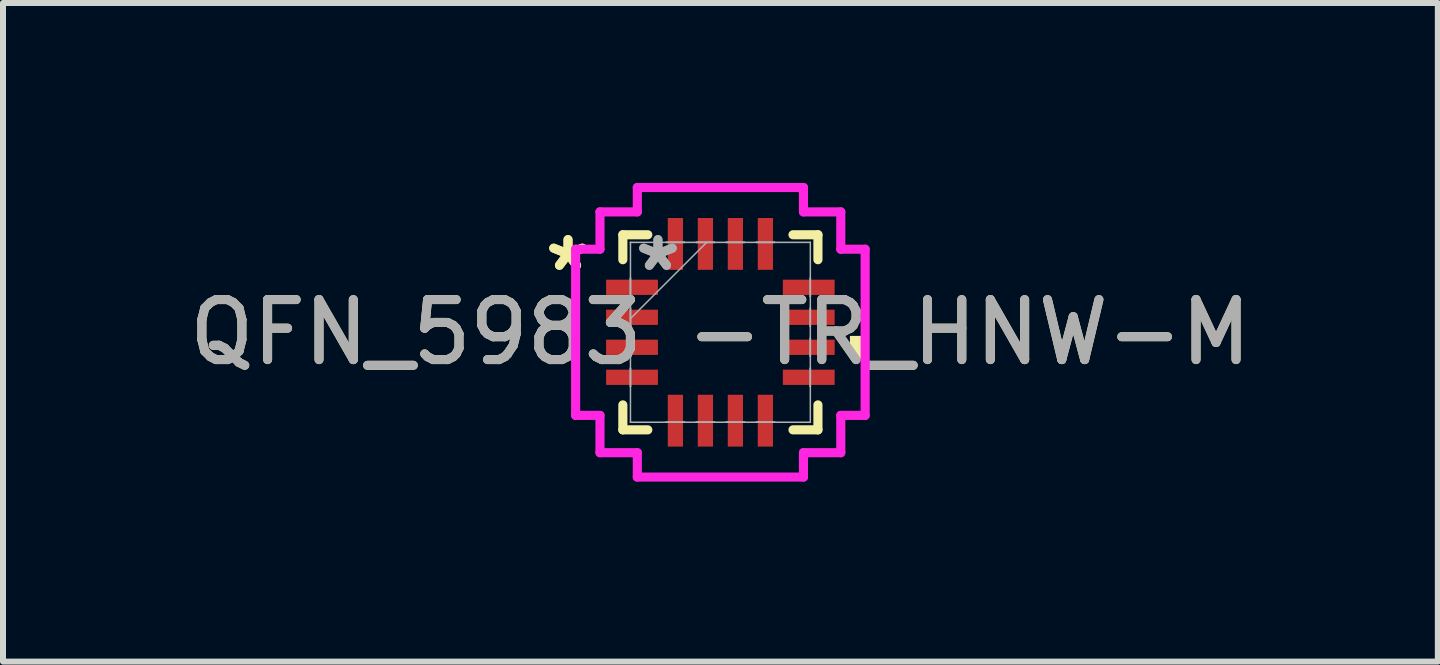
<source format=kicad_pcb>
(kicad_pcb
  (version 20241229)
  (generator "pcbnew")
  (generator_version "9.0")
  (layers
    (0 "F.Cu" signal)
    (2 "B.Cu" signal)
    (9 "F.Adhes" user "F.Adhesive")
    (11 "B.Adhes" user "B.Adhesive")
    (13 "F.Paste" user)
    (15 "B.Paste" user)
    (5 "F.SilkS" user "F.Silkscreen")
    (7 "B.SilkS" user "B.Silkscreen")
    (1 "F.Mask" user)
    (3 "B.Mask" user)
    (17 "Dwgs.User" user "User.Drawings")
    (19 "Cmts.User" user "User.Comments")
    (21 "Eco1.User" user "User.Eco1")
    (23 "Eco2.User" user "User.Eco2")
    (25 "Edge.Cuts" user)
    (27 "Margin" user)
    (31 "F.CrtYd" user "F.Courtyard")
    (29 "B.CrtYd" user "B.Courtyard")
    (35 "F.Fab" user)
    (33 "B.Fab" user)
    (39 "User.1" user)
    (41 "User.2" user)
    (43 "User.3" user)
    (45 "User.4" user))
  (footprint "QFN_5983 -TR_HNW-M"
    (layer "F.Cu")
    (at 8.958 2.489)
    (property "Reference" "QFN_5983 -TR_HNW-M" (at 0 0 0) (unlocked yes) (layer "F.SilkS") (effects (font (size 1 1) (thickness 0.15))))
    (attr smd)
    (fp_line (start -1.626 -1.626) (end -1.626 -1.21) (stroke (width 0.152) (type solid)) (layer "F.SilkS"))
    (fp_line (start -1.626 1.21) (end -1.626 1.626) (stroke (width 0.152) (type solid)) (layer "F.SilkS"))
    (fp_line (start -1.626 1.626) (end -1.21 1.626) (stroke (width 0.152) (type solid)) (layer "F.SilkS"))
    (fp_line (start -1.21 -1.626) (end -1.626 -1.626) (stroke (width 0.152) (type solid)) (layer "F.SilkS"))
    (fp_line (start 1.21 1.626) (end 1.626 1.626) (stroke (width 0.152) (type solid)) (layer "F.SilkS"))
    (fp_line (start 1.626 -1.626) (end 1.21 -1.626) (stroke (width 0.152) (type solid)) (layer "F.SilkS"))
    (fp_line (start 1.626 -1.21) (end 1.626 -1.626) (stroke (width 0.152) (type solid)) (layer "F.SilkS"))
    (fp_line (start 1.626 1.626) (end 1.626 1.21) (stroke (width 0.152) (type solid)) (layer "F.SilkS"))
    (fp_poly (pts (xy 2.413 0.06) (xy 2.413 0.441) (xy 2.159 0.441) (xy 2.159 0.06)) (stroke (width 0) (type solid)) (fill yes) (layer "F.SilkS"))
    (fp_line (start -2.413 -1.385) (end -2.007 -1.385) (stroke (width 0.152) (type solid)) (layer "F.CrtYd"))
    (fp_line (start -2.413 1.385) (end -2.413 -1.385) (stroke (width 0.152) (type solid)) (layer "F.CrtYd"))
    (fp_line (start -2.007 -2.007) (end -1.385 -2.007) (stroke (width 0.152) (type solid)) (layer "F.CrtYd"))
    (fp_line (start -2.007 -1.385) (end -2.007 -2.007) (stroke (width 0.152) (type solid)) (layer "F.CrtYd"))
    (fp_line (start -2.007 1.385) (end -2.413 1.385) (stroke (width 0.152) (type solid)) (layer "F.CrtYd"))
    (fp_line (start -2.007 2.007) (end -2.007 1.385) (stroke (width 0.152) (type solid)) (layer "F.CrtYd"))
    (fp_line (start -1.385 -2.413) (end 1.385 -2.413) (stroke (width 0.152) (type solid)) (layer "F.CrtYd"))
    (fp_line (start -1.385 -2.007) (end -1.385 -2.413) (stroke (width 0.152) (type solid)) (layer "F.CrtYd"))
    (fp_line (start -1.385 2.007) (end -2.007 2.007) (stroke (width 0.152) (type solid)) (layer "F.CrtYd"))
    (fp_line (start -1.385 2.413) (end -1.385 2.007) (stroke (width 0.152) (type solid)) (layer "F.CrtYd"))
    (fp_line (start 1.385 -2.413) (end 1.385 -2.007) (stroke (width 0.152) (type solid)) (layer "F.CrtYd"))
    (fp_line (start 1.385 -2.007) (end 2.007 -2.007) (stroke (width 0.152) (type solid)) (layer "F.CrtYd"))
    (fp_line (start 1.385 2.007) (end 1.385 2.413) (stroke (width 0.152) (type solid)) (layer "F.CrtYd"))
    (fp_line (start 1.385 2.413) (end -1.385 2.413) (stroke (width 0.152) (type solid)) (layer "F.CrtYd"))
    (fp_line (start 2.007 -2.007) (end 2.007 -1.385) (stroke (width 0.152) (type solid)) (layer "F.CrtYd"))
    (fp_line (start 2.007 -1.385) (end 2.413 -1.385) (stroke (width 0.152) (type solid)) (layer "F.CrtYd"))
    (fp_line (start 2.007 1.385) (end 2.007 2.007) (stroke (width 0.152) (type solid)) (layer "F.CrtYd"))
    (fp_line (start 2.007 2.007) (end 1.385 2.007) (stroke (width 0.152) (type solid)) (layer "F.CrtYd"))
    (fp_line (start 2.413 -1.385) (end 2.413 1.385) (stroke (width 0.152) (type solid)) (layer "F.CrtYd"))
    (fp_line (start 2.413 1.385) (end 2.007 1.385) (stroke (width 0.152) (type solid)) (layer "F.CrtYd"))
    (fp_line (start -1.499 -1.499) (end -1.499 -1.499) (stroke (width 0.025) (type solid)) (layer "F.Fab"))
    (fp_line (start -1.499 -1.499) (end -1.499 1.499) (stroke (width 0.025) (type solid)) (layer "F.Fab"))
    (fp_line (start -1.499 -0.903) (end -1.499 -0.903) (stroke (width 0.025) (type solid)) (layer "F.Fab"))
    (fp_line (start -1.499 -0.903) (end -1.499 -0.598) (stroke (width 0.025) (type solid)) (layer "F.Fab"))
    (fp_line (start -1.499 -0.598) (end -1.499 -0.903) (stroke (width 0.025) (type solid)) (layer "F.Fab"))
    (fp_line (start -1.499 -0.598) (end -1.499 -0.598) (stroke (width 0.025) (type solid)) (layer "F.Fab"))
    (fp_line (start -1.499 -0.402) (end -1.499 -0.402) (stroke (width 0.025) (type solid)) (layer "F.Fab"))
    (fp_line (start -1.499 -0.402) (end -1.499 -0.098) (stroke (width 0.025) (type solid)) (layer "F.Fab"))
    (fp_line (start -1.499 -0.229) (end -0.229 -1.499) (stroke (width 0.025) (type solid)) (layer "F.Fab"))
    (fp_line (start -1.499 -0.098) (end -1.499 -0.402) (stroke (width 0.025) (type solid)) (layer "F.Fab"))
    (fp_line (start -1.499 -0.098) (end -1.499 -0.098) (stroke (width 0.025) (type solid)) (layer "F.Fab"))
    (fp_line (start -1.499 0.098) (end -1.499 0.098) (stroke (width 0.025) (type solid)) (layer "F.Fab"))
    (fp_line (start -1.499 0.098) (end -1.499 0.402) (stroke (width 0.025) (type solid)) (layer "F.Fab"))
    (fp_line (start -1.499 0.402) (end -1.499 0.098) (stroke (width 0.025) (type solid)) (layer "F.Fab"))
    (fp_line (start -1.499 0.402) (end -1.499 0.402) (stroke (width 0.025) (type solid)) (layer "F.Fab"))
    (fp_line (start -1.499 0.598) (end -1.499 0.598) (stroke (width 0.025) (type solid)) (layer "F.Fab"))
    (fp_line (start -1.499 0.598) (end -1.499 0.903) (stroke (width 0.025) (type solid)) (layer "F.Fab"))
    (fp_line (start -1.499 0.903) (end -1.499 0.598) (stroke (width 0.025) (type solid)) (layer "F.Fab"))
    (fp_line (start -1.499 0.903) (end -1.499 0.903) (stroke (width 0.025) (type solid)) (layer "F.Fab"))
    (fp_line (start -1.499 1.499) (end -1.499 1.499) (stroke (width 0.025) (type solid)) (layer "F.Fab"))
    (fp_line (start -1.499 1.499) (end 1.499 1.499) (stroke (width 0.025) (type solid)) (layer "F.Fab"))
    (fp_line (start -0.903 -1.499) (end -0.903 -1.499) (stroke (width 0.025) (type solid)) (layer "F.Fab"))
    (fp_line (start -0.903 -1.499) (end -0.598 -1.499) (stroke (width 0.025) (type solid)) (layer "F.Fab"))
    (fp_line (start -0.903 1.499) (end -0.903 1.499) (stroke (width 0.025) (type solid)) (layer "F.Fab"))
    (fp_line (start -0.903 1.499) (end -0.598 1.499) (stroke (width 0.025) (type solid)) (layer "F.Fab"))
    (fp_line (start -0.598 -1.499) (end -0.903 -1.499) (stroke (width 0.025) (type solid)) (layer "F.Fab"))
    (fp_line (start -0.598 -1.499) (end -0.598 -1.499) (stroke (width 0.025) (type solid)) (layer "F.Fab"))
    (fp_line (start -0.598 1.499) (end -0.903 1.499) (stroke (width 0.025) (type solid)) (layer "F.Fab"))
    (fp_line (start -0.598 1.499) (end -0.598 1.499) (stroke (width 0.025) (type solid)) (layer "F.Fab"))
    (fp_line (start -0.402 -1.499) (end -0.402 -1.499) (stroke (width 0.025) (type solid)) (layer "F.Fab"))
    (fp_line (start -0.402 -1.499) (end -0.098 -1.499) (stroke (width 0.025) (type solid)) (layer "F.Fab"))
    (fp_line (start -0.402 1.499) (end -0.402 1.499) (stroke (width 0.025) (type solid)) (layer "F.Fab"))
    (fp_line (start -0.402 1.499) (end -0.098 1.499) (stroke (width 0.025) (type solid)) (layer "F.Fab"))
    (fp_line (start -0.098 -1.499) (end -0.402 -1.499) (stroke (width 0.025) (type solid)) (layer "F.Fab"))
    (fp_line (start -0.098 -1.499) (end -0.098 -1.499) (stroke (width 0.025) (type solid)) (layer "F.Fab"))
    (fp_line (start -0.098 1.499) (end -0.402 1.499) (stroke (width 0.025) (type solid)) (layer "F.Fab"))
    (fp_line (start -0.098 1.499) (end -0.098 1.499) (stroke (width 0.025) (type solid)) (layer "F.Fab"))
    (fp_line (start 0.098 -1.499) (end 0.098 -1.499) (stroke (width 0.025) (type solid)) (layer "F.Fab"))
    (fp_line (start 0.098 -1.499) (end 0.402 -1.499) (stroke (width 0.025) (type solid)) (layer "F.Fab"))
    (fp_line (start 0.098 1.499) (end 0.098 1.499) (stroke (width 0.025) (type solid)) (layer "F.Fab"))
    (fp_line (start 0.098 1.499) (end 0.402 1.499) (stroke (width 0.025) (type solid)) (layer "F.Fab"))
    (fp_line (start 0.402 -1.499) (end 0.098 -1.499) (stroke (width 0.025) (type solid)) (layer "F.Fab"))
    (fp_line (start 0.402 -1.499) (end 0.402 -1.499) (stroke (width 0.025) (type solid)) (layer "F.Fab"))
    (fp_line (start 0.402 1.499) (end 0.098 1.499) (stroke (width 0.025) (type solid)) (layer "F.Fab"))
    (fp_line (start 0.402 1.499) (end 0.402 1.499) (stroke (width 0.025) (type solid)) (layer "F.Fab"))
    (fp_line (start 0.598 -1.499) (end 0.598 -1.499) (stroke (width 0.025) (type solid)) (layer "F.Fab"))
    (fp_line (start 0.598 -1.499) (end 0.903 -1.499) (stroke (width 0.025) (type solid)) (layer "F.Fab"))
    (fp_line (start 0.598 1.499) (end 0.598 1.499) (stroke (width 0.025) (type solid)) (layer "F.Fab"))
    (fp_line (start 0.598 1.499) (end 0.903 1.499) (stroke (width 0.025) (type solid)) (layer "F.Fab"))
    (fp_line (start 0.903 -1.499) (end 0.598 -1.499) (stroke (width 0.025) (type solid)) (layer "F.Fab"))
    (fp_line (start 0.903 -1.499) (end 0.903 -1.499) (stroke (width 0.025) (type solid)) (layer "F.Fab"))
    (fp_line (start 0.903 1.499) (end 0.598 1.499) (stroke (width 0.025) (type solid)) (layer "F.Fab"))
    (fp_line (start 0.903 1.499) (end 0.903 1.499) (stroke (width 0.025) (type solid)) (layer "F.Fab"))
    (fp_line (start 1.499 -1.499) (end -1.499 -1.499) (stroke (width 0.025) (type solid)) (layer "F.Fab"))
    (fp_line (start 1.499 -1.499) (end 1.499 -1.499) (stroke (width 0.025) (type solid)) (layer "F.Fab"))
    (fp_line (start 1.499 -0.903) (end 1.499 -0.903) (stroke (width 0.025) (type solid)) (layer "F.Fab"))
    (fp_line (start 1.499 -0.903) (end 1.499 -0.598) (stroke (width 0.025) (type solid)) (layer "F.Fab"))
    (fp_line (start 1.499 -0.598) (end 1.499 -0.903) (stroke (width 0.025) (type solid)) (layer "F.Fab"))
    (fp_line (start 1.499 -0.598) (end 1.499 -0.598) (stroke (width 0.025) (type solid)) (layer "F.Fab"))
    (fp_line (start 1.499 -0.402) (end 1.499 -0.402) (stroke (width 0.025) (type solid)) (layer "F.Fab"))
    (fp_line (start 1.499 -0.402) (end 1.499 -0.098) (stroke (width 0.025) (type solid)) (layer "F.Fab"))
    (fp_line (start 1.499 -0.098) (end 1.499 -0.402) (stroke (width 0.025) (type solid)) (layer "F.Fab"))
    (fp_line (start 1.499 -0.098) (end 1.499 -0.098) (stroke (width 0.025) (type solid)) (layer "F.Fab"))
    (fp_line (start 1.499 0.098) (end 1.499 0.098) (stroke (width 0.025) (type solid)) (layer "F.Fab"))
    (fp_line (start 1.499 0.098) (end 1.499 0.402) (stroke (width 0.025) (type solid)) (layer "F.Fab"))
    (fp_line (start 1.499 0.402) (end 1.499 0.098) (stroke (width 0.025) (type solid)) (layer "F.Fab"))
    (fp_line (start 1.499 0.402) (end 1.499 0.402) (stroke (width 0.025) (type solid)) (layer "F.Fab"))
    (fp_line (start 1.499 0.598) (end 1.499 0.598) (stroke (width 0.025) (type solid)) (layer "F.Fab"))
    (fp_line (start 1.499 0.598) (end 1.499 0.903) (stroke (width 0.025) (type solid)) (layer "F.Fab"))
    (fp_line (start 1.499 0.903) (end 1.499 0.598) (stroke (width 0.025) (type solid)) (layer "F.Fab"))
    (fp_line (start 1.499 0.903) (end 1.499 0.903) (stroke (width 0.025) (type solid)) (layer "F.Fab"))
    (fp_line (start 1.499 1.499) (end 1.499 -1.499) (stroke (width 0.025) (type solid)) (layer "F.Fab"))
    (fp_line (start 1.499 1.499) (end 1.499 1.499) (stroke (width 0.025) (type solid)) (layer "F.Fab"))
    (fp_text user "*" (at -2.54 -1 0) (unlocked yes) (layer "F.SilkS") (effects (font (size 1 1) (thickness 0.15))))
    (fp_text user "*" (at -2.54 -1 0) (layer "F.SilkS") (effects (font (size 1 1) (thickness 0.15))))
    (fp_text user "*" (at -1.041 -1 0) (unlocked yes) (layer "F.Fab") (effects (font (size 1 1) (thickness 0.15))))
    (fp_text user "*" (at -1.041 -1 0) (layer "F.Fab") (effects (font (size 1 1) (thickness 0.15))))
    (fp_text user "${REFERENCE}" (at 0 0 0) (unlocked yes) (layer "F.Fab") (effects (font (size 1 1) (thickness 0.15))))
    (pad "1" smd rect (at -1.473 -0.75 90) (size 0.254 0.864) (layers "F.Cu" "F.Mask" "F.Paste"))
    (pad "2" smd rect (at -1.473 -0.25 90) (size 0.254 0.864) (layers "F.Cu" "F.Mask" "F.Paste"))
    (pad "3" smd rect (at -1.473 0.25 90) (size 0.254 0.864) (layers "F.Cu" "F.Mask" "F.Paste"))
    (pad "4" smd rect (at -1.473 0.75 90) (size 0.254 0.864) (layers "F.Cu" "F.Mask" "F.Paste"))
    (pad "5" smd rect (at -0.75 1.473) (size 0.254 0.864) (layers "F.Cu" "F.Mask" "F.Paste"))
    (pad "6" smd rect (at -0.25 1.473) (size 0.254 0.864) (layers "F.Cu" "F.Mask" "F.Paste"))
    (pad "7" smd rect (at 0.25 1.473) (size 0.254 0.864) (layers "F.Cu" "F.Mask" "F.Paste"))
    (pad "8" smd rect (at 0.75 1.473) (size 0.254 0.864) (layers "F.Cu" "F.Mask" "F.Paste"))
    (pad "9" smd rect (at 1.473 0.75 90) (size 0.254 0.864) (layers "F.Cu" "F.Mask" "F.Paste"))
    (pad "10" smd rect (at 1.473 0.25 90) (size 0.254 0.864) (layers "F.Cu" "F.Mask" "F.Paste"))
    (pad "11" smd rect (at 1.473 -0.25 90) (size 0.254 0.864) (layers "F.Cu" "F.Mask" "F.Paste"))
    (pad "12" smd rect (at 1.473 -0.75 90) (size 0.254 0.864) (layers "F.Cu" "F.Mask" "F.Paste"))
    (pad "13" smd rect (at 0.75 -1.473) (size 0.254 0.864) (layers "F.Cu" "F.Mask" "F.Paste"))
    (pad "14" smd rect (at 0.25 -1.473) (size 0.254 0.864) (layers "F.Cu" "F.Mask" "F.Paste"))
    (pad "15" smd rect (at -0.25 -1.473) (size 0.254 0.864) (layers "F.Cu" "F.Mask" "F.Paste"))
    (pad "16" smd rect (at -0.75 -1.473) (size 0.254 0.864) (layers "F.Cu" "F.Mask" "F.Paste")))
  (gr_rect
    (start -3 -3)
    (end 20.917 7.978)
    (stroke (width 0.1) (type default))
    (fill no)
    (layer "Edge.Cuts")))
</source>
